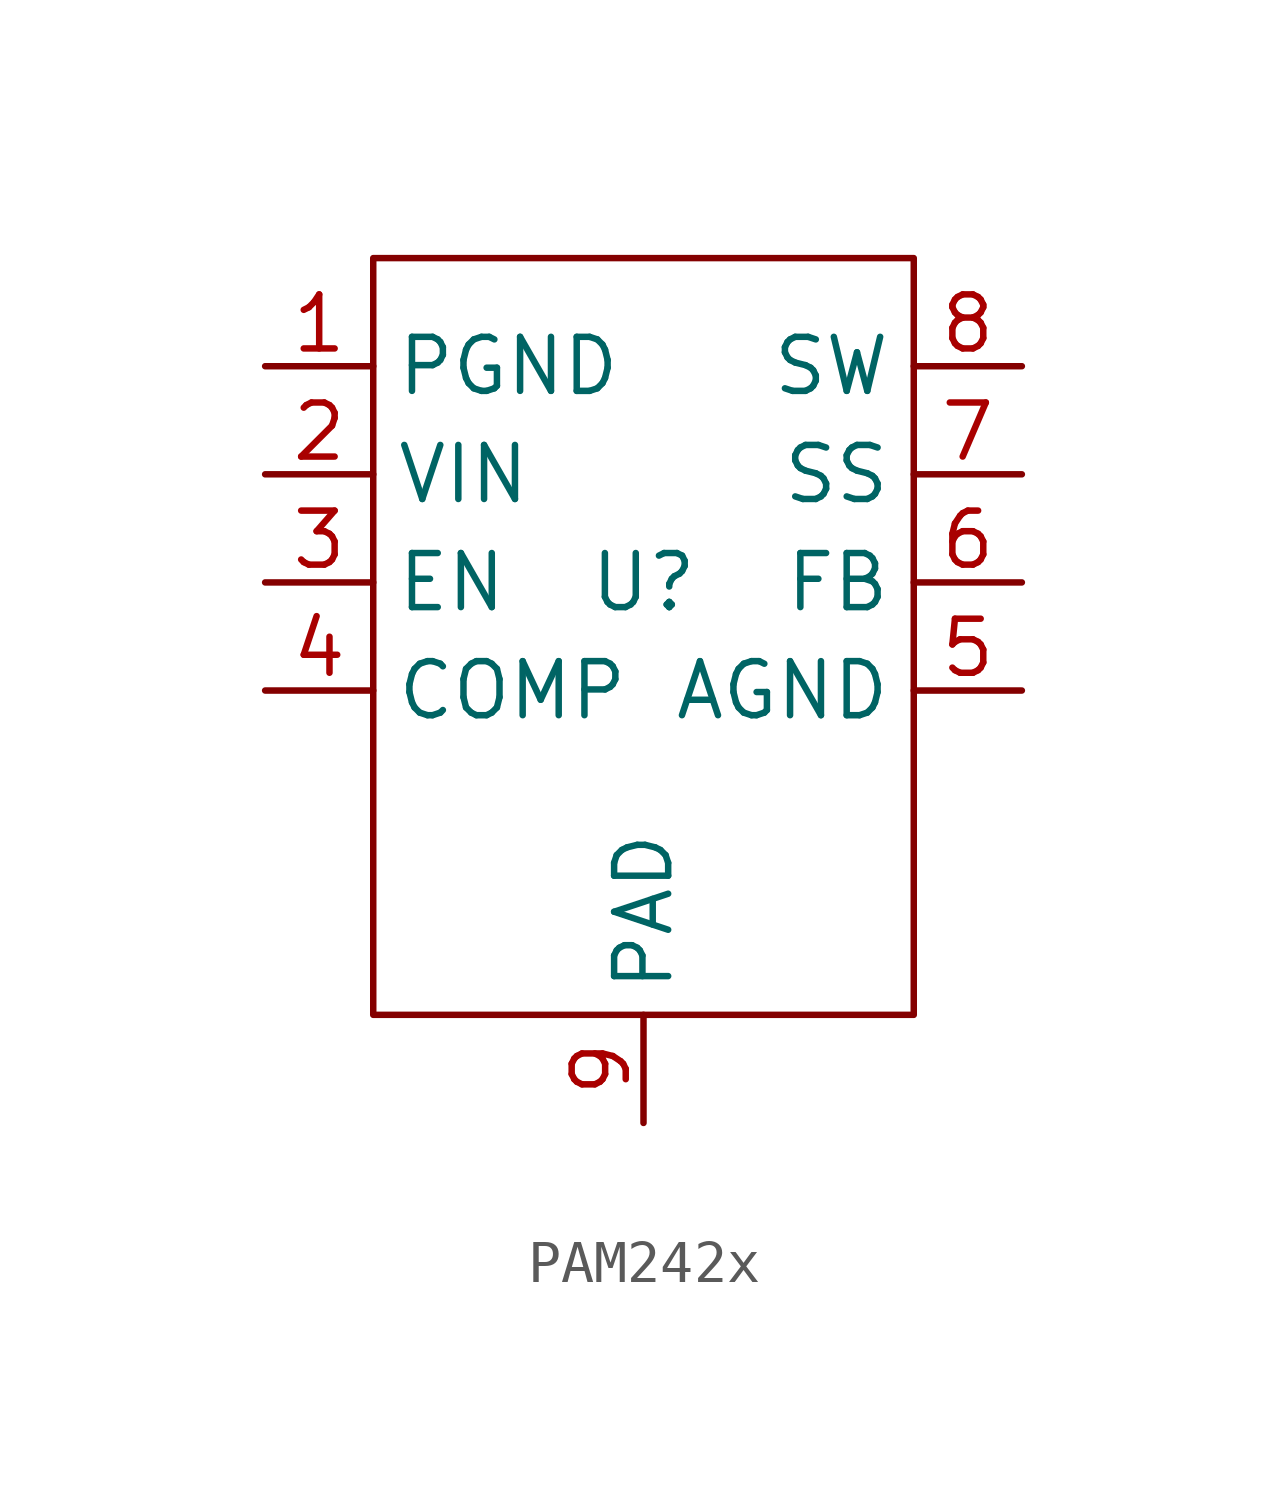
<source format=kicad_sym>
(kicad_symbol_lib
  (version 20241209)
  (generator "kicad_symbol_editor")
  (generator_version "9.0")
  (symbol "PAM242x"
    (property "Reference" "U"
      (at 0 0 0)
      (effects (font (size 1.27 1.27))))
    (property "Value" ""
      (at 0 0 0)
      (effects (font (size 1.27 1.27))))
    (property "ki_locked" ""
      (at 0 0 0)
      (effects (font (size 1.27 1.27))))
    (symbol "PAM242x_1_1"
      (rectangle (start -6.35 7.62) (end 6.35 -10.16) (stroke (width 0) (type default)) (fill (type none)))
      (pin input line (at -8.89 5.08 0) (length 2.54) (name "PGND" (effects (font (size 1.27 1.27)))) (number "1" (effects (font (size 1.27 1.27)))))
      (pin input line (at -8.89 2.54 0) (length 2.54) (name "VIN" (effects (font (size 1.27 1.27)))) (number "2" (effects (font (size 1.27 1.27)))))
      (pin input line (at -8.89 0 0) (length 2.54) (name "EN" (effects (font (size 1.27 1.27)))) (number "3" (effects (font (size 1.27 1.27)))))
      (pin input line (at -8.89 -2.54 0) (length 2.54) (name "COMP" (effects (font (size 1.27 1.27)))) (number "4" (effects (font (size 1.27 1.27)))))
      (pin input line (at 0 -12.7 90) (length 2.54) (name "PAD" (effects (font (size 1.27 1.27)))) (number "9" (effects (font (size 1.27 1.27)))))
      (pin input line (at 8.89 5.08 180) (length 2.54) (name "SW" (effects (font (size 1.27 1.27)))) (number "8" (effects (font (size 1.27 1.27)))))
      (pin input line (at 8.89 2.54 180) (length 2.54) (name "SS" (effects (font (size 1.27 1.27)))) (number "7" (effects (font (size 1.27 1.27)))))
      (pin input line (at 8.89 0 180) (length 2.54) (name "FB" (effects (font (size 1.27 1.27)))) (number "6" (effects (font (size 1.27 1.27)))))
      (pin input line (at 8.89 -2.54 180) (length 2.54) (name "AGND" (effects (font (size 1.27 1.27)))) (number "5" (effects (font (size 1.27 1.27))))))))
</source>
